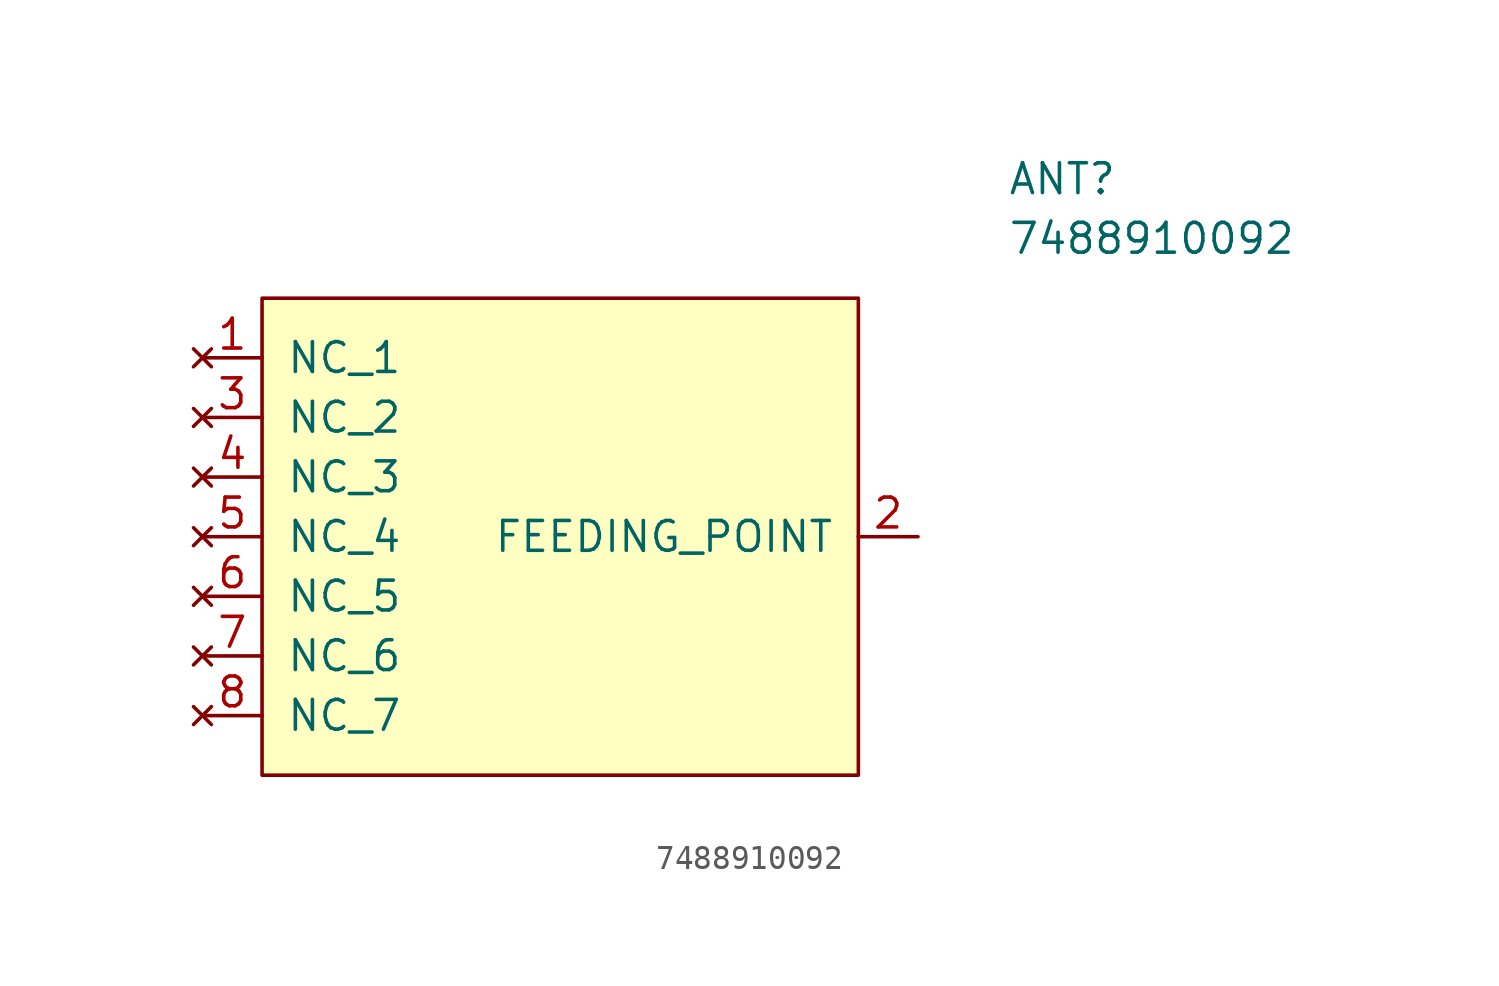
<source format=kicad_sym>
(kicad_symbol_lib
  (version 20220914)
  (generator kicad_symbol_editor)
  (symbol "7488910092"
    (pin_names
      (offset 1.016))
    (property "Reference" "ANT"
      (at 19.05 15.24 0)
      (effects (font (size 1.27 1.27)) (justify left)))
    (property "Value" "7488910092"
      (at 19.05 12.7 0)
      (effects (font (size 1.27 1.27)) (justify left)))
    (symbol "7488910092_1_0"
      (rectangle (start -12.7 10.16) (end 12.7 -10.16) (stroke (width 0) (type default)) (fill (type background)))
      (pin no_connect line (at -15.24 7.62 0) (length 2.54) (name "NC_1" (effects (font (size 1.27 1.27)))) (number "1" (effects (font (size 1.27 1.27)))))
      (pin bidirectional line (at 15.24 0 180) (length 2.54) (name "FEEDING_POINT" (effects (font (size 1.27 1.27)))) (number "2" (effects (font (size 1.27 1.27)))))
      (pin no_connect line (at -15.24 5.08 0) (length 2.54) (name "NC_2" (effects (font (size 1.27 1.27)))) (number "3" (effects (font (size 1.27 1.27)))))
      (pin no_connect line (at -15.24 2.54 0) (length 2.54) (name "NC_3" (effects (font (size 1.27 1.27)))) (number "4" (effects (font (size 1.27 1.27)))))
      (pin no_connect line (at -15.24 0 0) (length 2.54) (name "NC_4" (effects (font (size 1.27 1.27)))) (number "5" (effects (font (size 1.27 1.27)))))
      (pin no_connect line (at -15.24 -2.54 0) (length 2.54) (name "NC_5" (effects (font (size 1.27 1.27)))) (number "6" (effects (font (size 1.27 1.27)))))
      (pin no_connect line (at -15.24 -5.08 0) (length 2.54) (name "NC_6" (effects (font (size 1.27 1.27)))) (number "7" (effects (font (size 1.27 1.27)))))
      (pin no_connect line (at -15.24 -7.62 0) (length 2.54) (name "NC_7" (effects (font (size 1.27 1.27)))) (number "8" (effects (font (size 1.27 1.27))))))))
</source>
